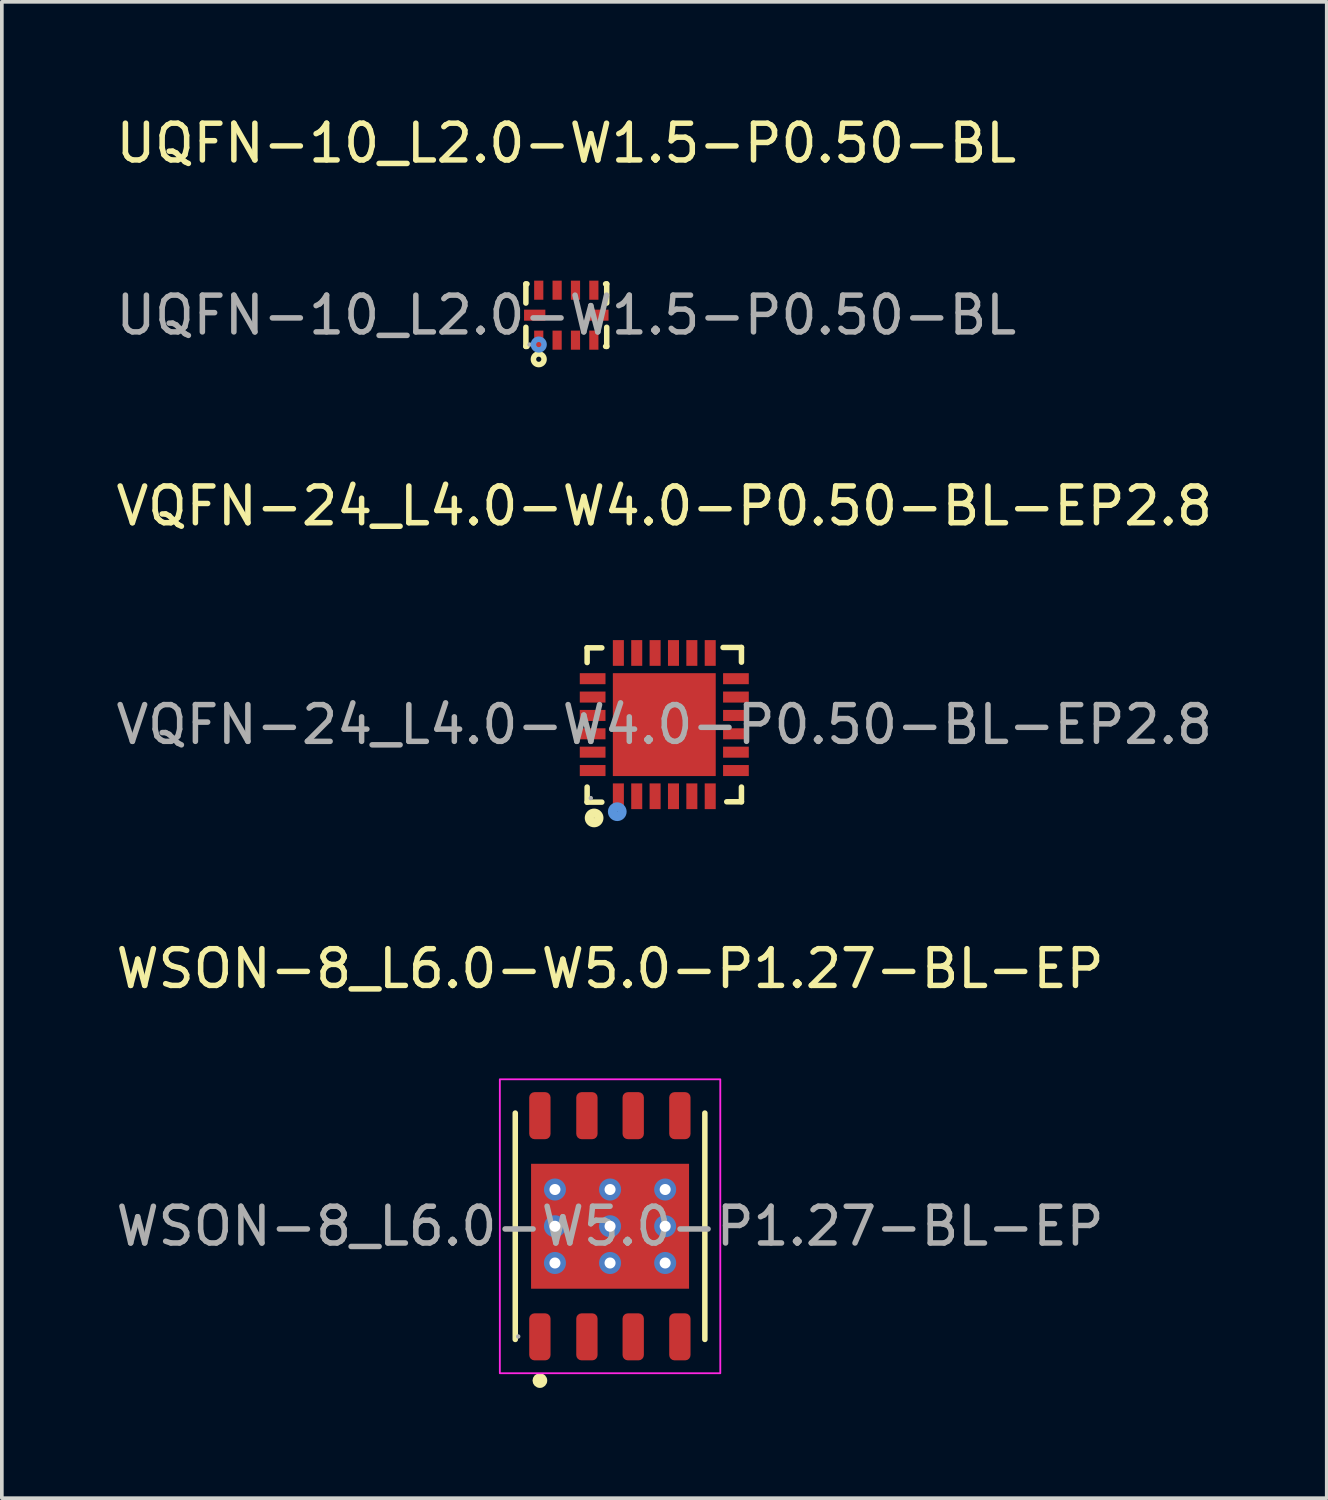
<source format=kicad_pcb>
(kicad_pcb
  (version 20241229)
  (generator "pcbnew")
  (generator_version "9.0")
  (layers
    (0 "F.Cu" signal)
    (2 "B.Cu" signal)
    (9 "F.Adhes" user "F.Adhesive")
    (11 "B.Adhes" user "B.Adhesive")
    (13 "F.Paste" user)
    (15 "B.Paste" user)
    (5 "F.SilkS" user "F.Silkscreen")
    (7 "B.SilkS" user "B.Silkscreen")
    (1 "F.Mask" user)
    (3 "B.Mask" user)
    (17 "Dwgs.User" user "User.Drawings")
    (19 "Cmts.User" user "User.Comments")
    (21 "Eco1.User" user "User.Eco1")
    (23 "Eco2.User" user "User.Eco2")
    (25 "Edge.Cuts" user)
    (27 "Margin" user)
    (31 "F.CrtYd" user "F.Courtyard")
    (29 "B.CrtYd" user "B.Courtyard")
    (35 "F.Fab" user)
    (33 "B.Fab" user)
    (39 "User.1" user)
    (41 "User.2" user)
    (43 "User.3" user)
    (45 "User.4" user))
  (footprint "VQFN-24_L4.0-W4.0-P0.50-BL-EP2.8"
    (layer "F.Cu")
    (at 15.03 16.672)
    (property "Reference" "VQFN-24_L4.0-W4.0-P0.50-BL-EP2.8" (at 0 -5.95 0) (layer "F.SilkS") (effects (font (size 1 1) (thickness 0.15))))
    (attr smd)
    (fp_line (start -2.1 -2.09) (end -1.7 -2.09) (stroke (width 0.15) (type solid)) (layer "F.SilkS"))
    (fp_line (start -2.1 -1.69) (end -2.1 -2.09) (stroke (width 0.15) (type solid)) (layer "F.SilkS"))
    (fp_line (start -2.1 2.11) (end -2.1 1.7) (stroke (width 0.15) (type solid)) (layer "F.SilkS"))
    (fp_line (start -1.7 2.11) (end -2.1 2.11) (stroke (width 0.15) (type solid)) (layer "F.SilkS"))
    (fp_line (start 1.6 -2.1) (end 2.1 -2.1) (stroke (width 0.15) (type solid)) (layer "F.SilkS"))
    (fp_line (start 1.7 2.1) (end 2.1 2.1) (stroke (width 0.15) (type solid)) (layer "F.SilkS"))
    (fp_line (start 2.1 -2.1) (end 2.1 -1.7) (stroke (width 0.15) (type solid)) (layer "F.SilkS"))
    (fp_line (start 2.1 2.1) (end 2.1 1.7) (stroke (width 0.15) (type solid)) (layer "F.SilkS"))
    (fp_circle (center -1.91 2.54) (end -1.78 2.54) (stroke (width 0.25) (type solid)) (fill no) (layer "F.SilkS"))
    (fp_circle (center -1.28 2.37) (end -1.15 2.37) (stroke (width 0.25) (type solid)) (fill no) (layer "Cmts.User"))
    (fp_circle (center -2 2) (end -1.97 2) (stroke (width 0.06) (type solid)) (fill no) (layer "F.Fab"))
    (fp_text user "${REFERENCE}" (at 0 0 0) (layer "F.Fab") (effects (font (size 1 1) (thickness 0.15))))
    (pad "1" smd rect (at -1.25 1.95 180) (size 0.3 0.7) (layers "F.Cu" "F.Mask" "F.Paste"))
    (pad "2" smd rect (at -0.75 1.95 180) (size 0.3 0.7) (layers "F.Cu" "F.Mask" "F.Paste"))
    (pad "3" smd rect (at -0.25 1.95 180) (size 0.3 0.7) (layers "F.Cu" "F.Mask" "F.Paste"))
    (pad "4" smd rect (at 0.25 1.95 180) (size 0.3 0.7) (layers "F.Cu" "F.Mask" "F.Paste"))
    (pad "5" smd rect (at 0.75 1.95 180) (size 0.3 0.7) (layers "F.Cu" "F.Mask" "F.Paste"))
    (pad "6" smd rect (at 1.25 1.95 180) (size 0.3 0.7) (layers "F.Cu" "F.Mask" "F.Paste"))
    (pad "7" smd rect (at 1.95 1.25 270) (size 0.3 0.7) (layers "F.Cu" "F.Mask" "F.Paste"))
    (pad "8" smd rect (at 1.95 0.75 270) (size 0.3 0.7) (layers "F.Cu" "F.Mask" "F.Paste"))
    (pad "9" smd rect (at 1.95 0.25 270) (size 0.3 0.7) (layers "F.Cu" "F.Mask" "F.Paste"))
    (pad "10" smd rect (at 1.95 -0.25 270) (size 0.3 0.7) (layers "F.Cu" "F.Mask" "F.Paste"))
    (pad "11" smd rect (at 1.95 -0.75 270) (size 0.3 0.7) (layers "F.Cu" "F.Mask" "F.Paste"))
    (pad "12" smd rect (at 1.95 -1.25 270) (size 0.3 0.7) (layers "F.Cu" "F.Mask" "F.Paste"))
    (pad "13" smd rect (at 1.25 -1.95) (size 0.3 0.7) (layers "F.Cu" "F.Mask" "F.Paste"))
    (pad "14" smd rect (at 0.75 -1.95) (size 0.3 0.7) (layers "F.Cu" "F.Mask" "F.Paste"))
    (pad "15" smd rect (at 0.25 -1.95) (size 0.3 0.7) (layers "F.Cu" "F.Mask" "F.Paste"))
    (pad "16" smd rect (at -0.25 -1.95) (size 0.3 0.7) (layers "F.Cu" "F.Mask" "F.Paste"))
    (pad "17" smd rect (at -0.75 -1.95) (size 0.3 0.7) (layers "F.Cu" "F.Mask" "F.Paste"))
    (pad "18" smd rect (at -1.25 -1.95) (size 0.3 0.7) (layers "F.Cu" "F.Mask" "F.Paste"))
    (pad "19" smd rect (at -1.95 -1.25 90) (size 0.3 0.7) (layers "F.Cu" "F.Mask" "F.Paste"))
    (pad "20" smd rect (at -1.95 -0.75 90) (size 0.3 0.7) (layers "F.Cu" "F.Mask" "F.Paste"))
    (pad "21" smd rect (at -1.95 -0.25 90) (size 0.3 0.7) (layers "F.Cu" "F.Mask" "F.Paste"))
    (pad "22" smd rect (at -1.95 0.25 90) (size 0.3 0.7) (layers "F.Cu" "F.Mask" "F.Paste"))
    (pad "23" smd rect (at -1.95 0.75 90) (size 0.3 0.7) (layers "F.Cu" "F.Mask" "F.Paste"))
    (pad "24" smd rect (at -1.95 1.25 90) (size 0.3 0.7) (layers "F.Cu" "F.Mask" "F.Paste"))
    (pad "25" smd rect (at 0 0) (size 2.8 2.8) (layers "F.Cu" "F.Mask" "F.Paste")))
  (footprint "WSON-8_L6.0-W5.0-P1.27-BL-EP"
    (layer "F.Cu")
    (at 13.554 30.325)
    (property "Reference" "WSON-8_L6.0-W5.0-P1.27-BL-EP" (at 0 -7.01 0) (layer "F.SilkS") (effects (font (size 1 1) (thickness 0.15))))
    (attr smd)
    (fp_line (start -2.58 3.08) (end -2.58 -3.08) (stroke (width 0.15) (type solid)) (layer "F.SilkS"))
    (fp_line (start 2.58 -3.08) (end 2.58 3.08) (stroke (width 0.15) (type solid)) (layer "F.SilkS"))
    (fp_circle (center -1.91 4.2) (end -1.81 4.2) (stroke (width 0.2) (type solid)) (fill no) (layer "F.SilkS"))
    (fp_rect (start -3 -4) (end 3 4) (stroke (width 0.05) (type default)) (fill no) (layer "F.CrtYd"))
    (fp_circle (center -2.5 3) (end -2.47 3) (stroke (width 0.06) (type solid)) (fill no) (layer "F.Fab"))
    (fp_text user "${REFERENCE}" (at 0 0 0) (layer "F.Fab") (effects (font (size 1 1) (thickness 0.15))))
    (pad "1" smd roundrect (at -1.91 3.01) (size 0.58 1.28) (layers "F.Cu" "F.Mask" "F.Paste") (roundrect_rratio 0.25))
    (pad "2" smd roundrect (at -0.63 3.01) (size 0.58 1.28) (layers "F.Cu" "F.Mask" "F.Paste") (roundrect_rratio 0.25))
    (pad "3" smd roundrect (at 0.63 3.01) (size 0.58 1.28) (layers "F.Cu" "F.Mask" "F.Paste") (roundrect_rratio 0.25))
    (pad "4" smd roundrect (at 1.9 3.01) (size 0.58 1.28) (layers "F.Cu" "F.Mask" "F.Paste") (roundrect_rratio 0.25))
    (pad "5" smd roundrect (at 1.9 -3.01) (size 0.58 1.28) (layers "F.Cu" "F.Mask" "F.Paste") (roundrect_rratio 0.25))
    (pad "6" smd roundrect (at 0.63 -3.01) (size 0.58 1.28) (layers "F.Cu" "F.Mask" "F.Paste") (roundrect_rratio 0.25))
    (pad "7" smd roundrect (at -0.63 -3.01) (size 0.58 1.28) (layers "F.Cu" "F.Mask" "F.Paste") (roundrect_rratio 0.25))
    (pad "8" smd roundrect (at -1.91 -3.01) (size 0.58 1.28) (layers "F.Cu" "F.Mask" "F.Paste") (roundrect_rratio 0.25))
    (pad "9" thru_hole circle (at -1.5 -1) (size 0.6 0.6) (drill 0.3) (layers "*.Cu" "F.Mask"))
    (pad "9" thru_hole circle (at -1.5 0) (size 0.6 0.6) (drill 0.3) (layers "*.Cu" "F.Mask"))
    (pad "9" thru_hole circle (at -1.5 1) (size 0.6 0.6) (drill 0.3) (layers "*.Cu" "F.Mask"))
    (pad "9" thru_hole circle (at 0 -1) (size 0.6 0.6) (drill 0.3) (layers "*.Cu" "F.Mask"))
    (pad "9" thru_hole circle (at 0 0) (size 0.6 0.6) (drill 0.3) (layers "*.Cu" "F.Mask"))
    (pad "9" smd rect (at 0 0) (size 4.3 3.4) (layers "F.Cu" "F.Mask" "F.Paste"))
    (pad "9" thru_hole circle (at 0 1) (size 0.6 0.6) (drill 0.3) (layers "*.Cu" "F.Mask"))
    (pad "9" thru_hole circle (at 1.5 -1) (size 0.6 0.6) (drill 0.3) (layers "*.Cu" "F.Mask"))
    (pad "9" thru_hole circle (at 1.5 0) (size 0.6 0.6) (drill 0.3) (layers "*.Cu" "F.Mask"))
    (pad "9" thru_hole circle (at 1.5 1) (size 0.6 0.6) (drill 0.3) (layers "*.Cu" "F.Mask")))
  (footprint "UQFN-10_L2.0-W1.5-P0.50-BL"
    (layer "F.Cu")
    (at 12.363 5.528)
    (property "Reference" "UQFN-10_L2.0-W1.5-P0.50-BL" (at 0 -4.68 0) (layer "F.SilkS") (effects (font (size 1 1) (thickness 0.15))))
    (attr smd)
    (fp_line (start -1.1 -0.85) (end -1.07 -0.85) (stroke (width 0.15) (type solid)) (layer "F.SilkS"))
    (fp_line (start -1.1 -0.33) (end -1.1 -0.85) (stroke (width 0.15) (type solid)) (layer "F.SilkS"))
    (fp_line (start -1.1 0.85) (end -1.1 0.33) (stroke (width 0.15) (type solid)) (layer "F.SilkS"))
    (fp_line (start -1.07 0.85) (end -1.1 0.85) (stroke (width 0.15) (type solid)) (layer "F.SilkS"))
    (fp_line (start 1.07 -0.85) (end 1.1 -0.85) (stroke (width 0.15) (type solid)) (layer "F.SilkS"))
    (fp_line (start 1.1 -0.85) (end 1.1 -0.33) (stroke (width 0.15) (type solid)) (layer "F.SilkS"))
    (fp_line (start 1.1 0.33) (end 1.1 0.85) (stroke (width 0.15) (type solid)) (layer "F.SilkS"))
    (fp_line (start 1.1 0.85) (end 1.07 0.85) (stroke (width 0.15) (type solid)) (layer "F.SilkS"))
    (fp_circle (center -0.75 1.2) (end -0.68 1.2) (stroke (width 0.15) (type solid)) (fill no) (layer "F.SilkS"))
    (fp_circle (center -0.75 0.8) (end -0.68 0.8) (stroke (width 0.15) (type solid)) (fill no) (layer "Cmts.User"))
    (fp_circle (center -1 0.8) (end -0.97 0.8) (stroke (width 0.06) (type solid)) (fill no) (layer "F.Fab"))
    (fp_text user "${REFERENCE}" (at 0 0 0) (layer "F.Fab") (effects (font (size 1 1) (thickness 0.15))))
    (pad "1" smd rect (at -0.75 0.68) (size 0.25 0.52) (layers "F.Cu" "F.Mask" "F.Paste"))
    (pad "2" smd rect (at -0.25 0.68) (size 0.25 0.52) (layers "F.Cu" "F.Mask" "F.Paste"))
    (pad "3" smd rect (at 0.25 0.68) (size 0.25 0.52) (layers "F.Cu" "F.Mask" "F.Paste"))
    (pad "4" smd rect (at 0.75 0.68) (size 0.25 0.52) (layers "F.Cu" "F.Mask" "F.Paste"))
    (pad "5" smd rect (at 0.86 0) (size 0.58 0.3) (layers "F.Cu" "F.Mask" "F.Paste"))
    (pad "6" smd rect (at 0.75 -0.68) (size 0.25 0.52) (layers "F.Cu" "F.Mask" "F.Paste"))
    (pad "7" smd rect (at 0.25 -0.68) (size 0.25 0.52) (layers "F.Cu" "F.Mask" "F.Paste"))
    (pad "8" smd rect (at -0.25 -0.68) (size 0.25 0.52) (layers "F.Cu" "F.Mask" "F.Paste"))
    (pad "9" smd rect (at -0.75 -0.68) (size 0.25 0.52) (layers "F.Cu" "F.Mask" "F.Paste"))
    (pad "10" smd rect (at -0.86 0) (size 0.58 0.3) (layers "F.Cu" "F.Mask" "F.Paste")))
  (gr_rect
    (start -3 -3)
    (end 33.06 37.725)
    (stroke (width 0.1) (type default))
    (fill no)
    (layer "Edge.Cuts")))
</source>
